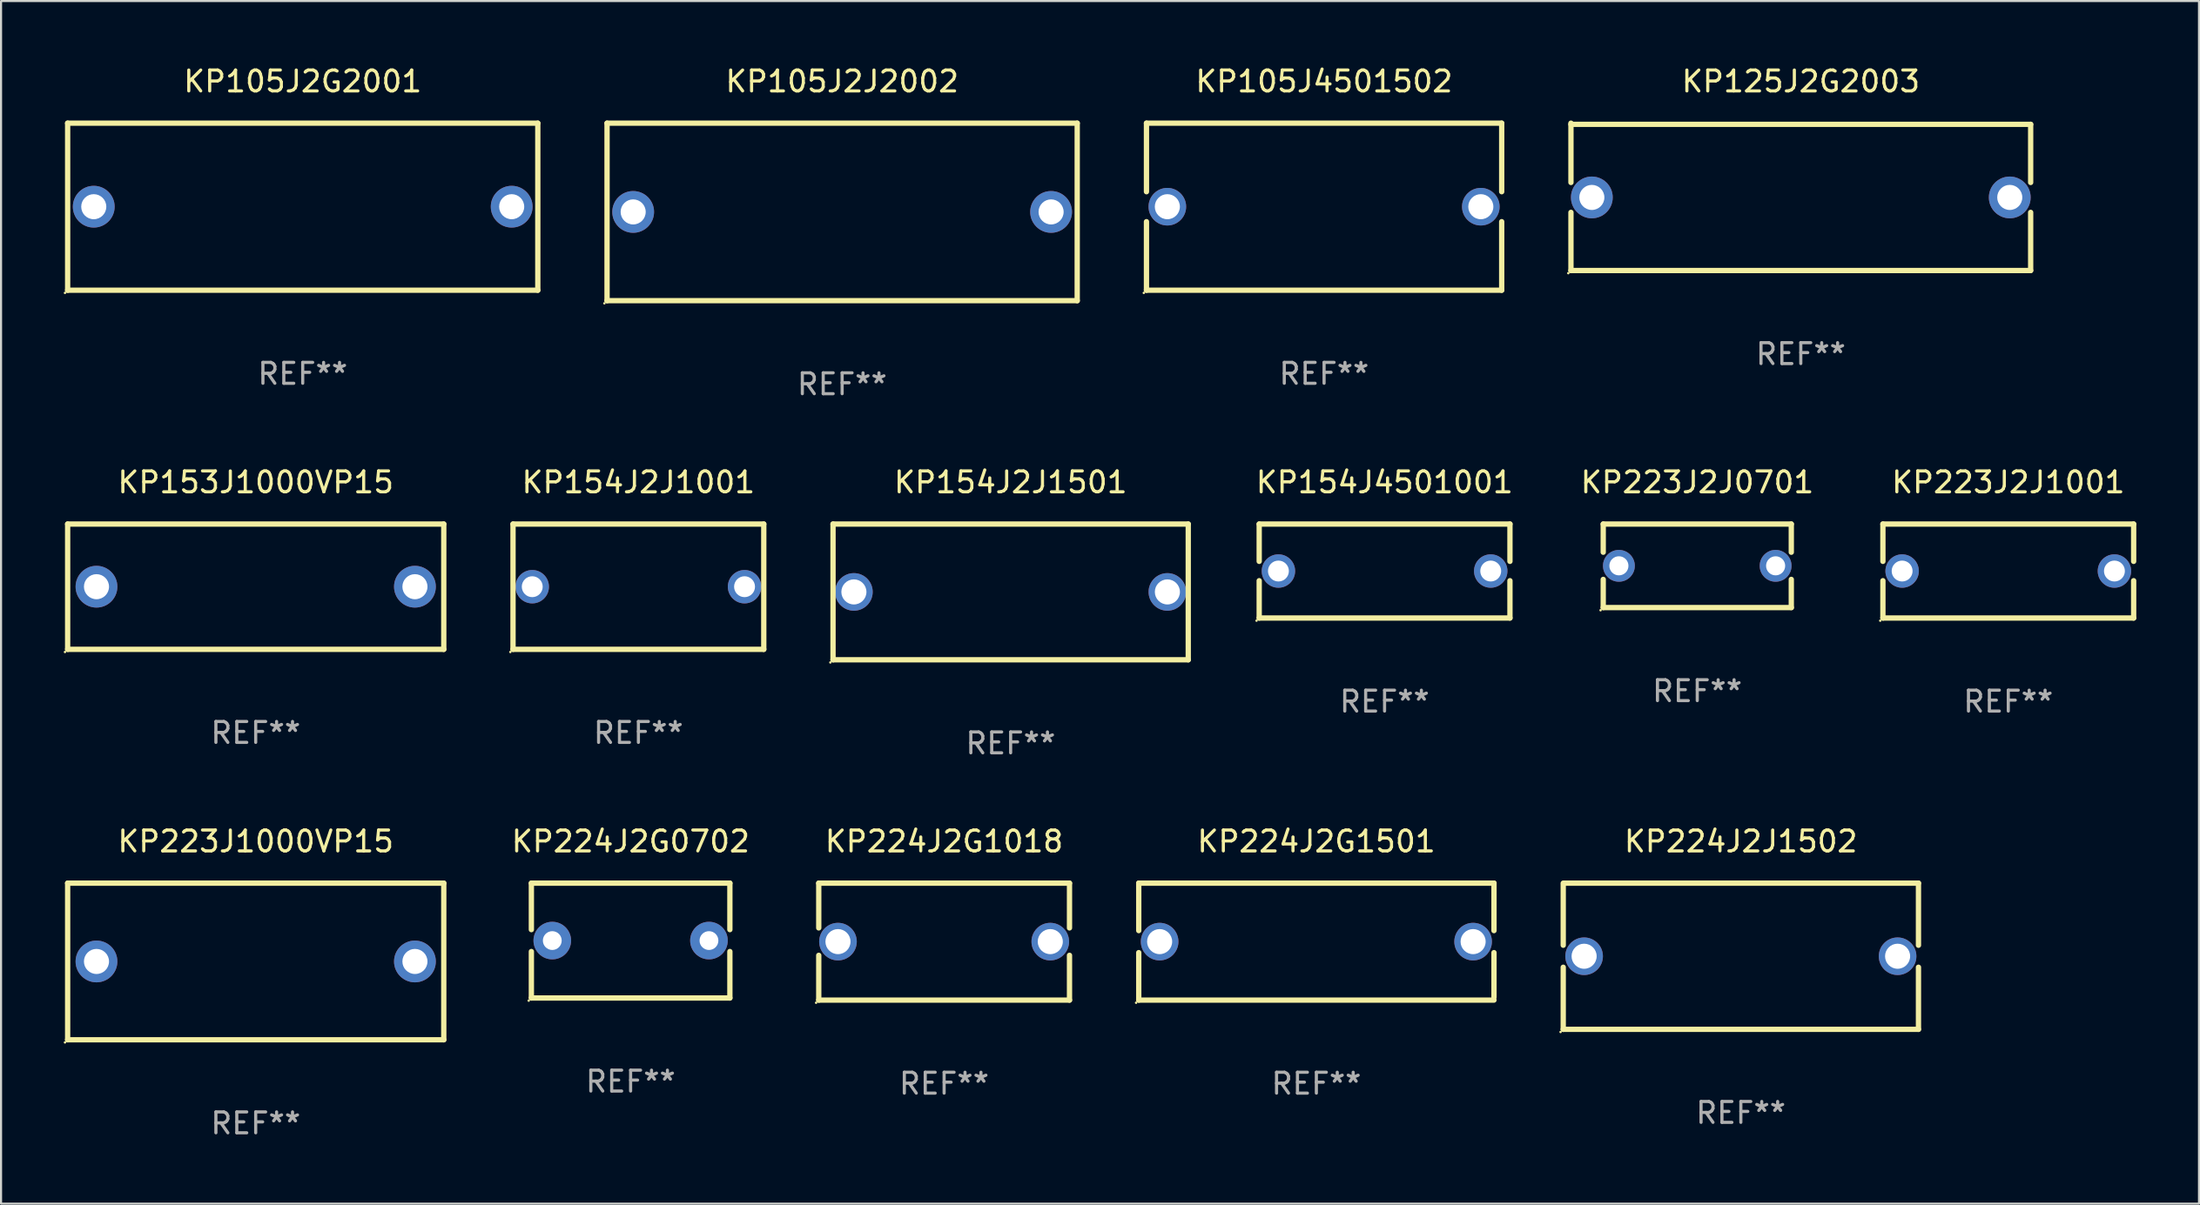
<source format=kicad_pcb>
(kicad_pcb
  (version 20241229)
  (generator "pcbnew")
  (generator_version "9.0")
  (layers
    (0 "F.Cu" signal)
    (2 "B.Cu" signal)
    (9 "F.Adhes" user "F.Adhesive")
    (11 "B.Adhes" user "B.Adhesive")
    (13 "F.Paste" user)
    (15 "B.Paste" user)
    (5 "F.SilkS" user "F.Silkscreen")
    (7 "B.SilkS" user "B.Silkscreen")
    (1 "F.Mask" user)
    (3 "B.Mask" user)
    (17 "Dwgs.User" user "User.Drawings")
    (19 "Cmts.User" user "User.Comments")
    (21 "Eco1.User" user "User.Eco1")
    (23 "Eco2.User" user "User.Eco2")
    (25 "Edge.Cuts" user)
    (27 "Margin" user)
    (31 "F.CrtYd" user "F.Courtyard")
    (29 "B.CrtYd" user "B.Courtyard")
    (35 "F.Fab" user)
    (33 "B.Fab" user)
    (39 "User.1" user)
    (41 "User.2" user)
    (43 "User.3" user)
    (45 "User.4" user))
  (footprint "KP154J2J1501"
    (layer "F.Cu")
    (at 45.315 25.295)
    (property "Reference" "KP154J2J1501" (at 0 -5.25 0) (layer "F.SilkS") (effects (font (size 1 1) (thickness 0.15))))
    (attr through_hole)
    (fp_line (start -8.5 -3.25) (end 8.5 -3.25) (stroke (width 0.254) (type solid)) (layer "F.SilkS"))
    (fp_line (start -8.5 3.25) (end -8.5 -3.25) (stroke (width 0.254) (type solid)) (layer "F.SilkS"))
    (fp_line (start 8.5 -3.25) (end 8.5 3.25) (stroke (width 0.254) (type solid)) (layer "F.SilkS"))
    (fp_line (start 8.5 3.25) (end -8.5 3.25) (stroke (width 0.254) (type solid)) (layer "F.SilkS"))
    (fp_circle (center -8.627 3.377) (end -8.597 3.377) (stroke (width 0.06) (type solid)) (fill no) (layer "F.SilkS"))
    (fp_text user "REF**" (at 0 7.25 0) (layer "F.Fab") (effects (font (size 1 1) (thickness 0.15))))
    (pad "1" thru_hole circle (at -7.501 0) (size 1.8 1.8) (drill 1.2) (layers "*.Cu" "*.Mask"))
    (pad "2" thru_hole circle (at 7.501 0) (size 1.8 1.8) (drill 1.2) (layers "*.Cu" "*.Mask")))
  (footprint "KP153J1000VP15"
    (layer "F.Cu")
    (at 9.187 25.045)
    (property "Reference" "KP153J1000VP15" (at 0 -5 0) (layer "F.SilkS") (effects (font (size 1 1) (thickness 0.15))))
    (attr through_hole)
    (fp_line (start -9 -3) (end 9 -3) (stroke (width 0.254) (type solid)) (layer "F.SilkS"))
    (fp_line (start -9 3) (end -9 -3) (stroke (width 0.254) (type solid)) (layer "F.SilkS"))
    (fp_line (start 9 -3) (end 9 3) (stroke (width 0.254) (type solid)) (layer "F.SilkS"))
    (fp_line (start 9 3) (end -9 3) (stroke (width 0.254) (type solid)) (layer "F.SilkS"))
    (fp_circle (center -9.127 3.127) (end -9.097 3.127) (stroke (width 0.06) (type solid)) (fill no) (layer "F.SilkS"))
    (fp_text user "REF**" (at 0 7 0) (layer "F.Fab") (effects (font (size 1 1) (thickness 0.15))))
    (pad "1" thru_hole circle (at -7.62 0) (size 2 2) (drill 1.2) (layers "*.Cu" "*.Mask"))
    (pad "2" thru_hole circle (at 7.62 0) (size 2 2) (drill 1.2) (layers "*.Cu" "*.Mask")))
  (footprint "KP105J2G2001"
    (layer "F.Cu")
    (at 11.437 6.848)
    (property "Reference" "KP105J2G2001" (at 0 -6 0) (layer "F.SilkS") (effects (font (size 1 1) (thickness 0.15))))
    (attr through_hole)
    (fp_line (start -11.25 -4) (end 11.25 -4) (stroke (width 0.254) (type solid)) (layer "F.SilkS"))
    (fp_line (start -11.25 4) (end -11.25 -4) (stroke (width 0.254) (type solid)) (layer "F.SilkS"))
    (fp_line (start 11.25 -4) (end 11.25 4) (stroke (width 0.254) (type solid)) (layer "F.SilkS"))
    (fp_line (start 11.25 4) (end -11.25 4) (stroke (width 0.254) (type solid)) (layer "F.SilkS"))
    (fp_circle (center -11.377 4.127) (end -11.347 4.127) (stroke (width 0.06) (type solid)) (fill no) (layer "F.SilkS"))
    (fp_text user "REF**" (at 0 8 0) (layer "F.Fab") (effects (font (size 1 1) (thickness 0.15))))
    (pad "1" thru_hole circle (at -10 0) (size 2 2) (drill 1.2) (layers "*.Cu" "*.Mask"))
    (pad "2" thru_hole circle (at 10 0) (size 2 2) (drill 1.2) (layers "*.Cu" "*.Mask")))
  (footprint "KP154J2J1001"
    (layer "F.Cu")
    (at 27.501 25.045)
    (property "Reference" "KP154J2J1001" (at 0 -5 0) (layer "F.SilkS") (effects (font (size 1 1) (thickness 0.15))))
    (attr through_hole)
    (fp_line (start -6 -3) (end 6 -3) (stroke (width 0.254) (type solid)) (layer "F.SilkS"))
    (fp_line (start -6 3) (end -6 -3) (stroke (width 0.254) (type solid)) (layer "F.SilkS"))
    (fp_line (start 6 -3) (end 6 3) (stroke (width 0.254) (type solid)) (layer "F.SilkS"))
    (fp_line (start 6 3) (end -6 3) (stroke (width 0.254) (type solid)) (layer "F.SilkS"))
    (fp_circle (center -6.127 3.127) (end -6.097 3.127) (stroke (width 0.06) (type solid)) (fill no) (layer "F.SilkS"))
    (fp_text user "REF**" (at 0 7 0) (layer "F.Fab") (effects (font (size 1 1) (thickness 0.15))))
    (pad "1" thru_hole circle (at -5.08 0) (size 1.6 1.6) (drill 1) (layers "*.Cu" "*.Mask"))
    (pad "2" thru_hole circle (at 5.08 0) (size 1.6 1.6) (drill 1) (layers "*.Cu" "*.Mask")))
  (footprint "KP224J2J1502"
    (layer "F.Cu")
    (at 80.26 42.741)
    (property "Reference" "KP224J2J1502" (at 0 -5.5 0) (layer "F.SilkS") (effects (font (size 1 1) (thickness 0.15))))
    (attr through_hole)
    (fp_line (start -8.5 -3.5) (end 8.5 -3.5) (stroke (width 0.254) (type solid)) (layer "F.SilkS"))
    (fp_line (start -8.5 -0.527) (end -8.5 -3.429) (stroke (width 0.254) (type solid)) (layer "F.SilkS"))
    (fp_line (start -8.5 3.5) (end -8.5 0.527) (stroke (width 0.254) (type solid)) (layer "F.SilkS"))
    (fp_line (start 8.5 -3.5) (end 8.5 -0.527) (stroke (width 0.254) (type solid)) (layer "F.SilkS"))
    (fp_line (start 8.5 0.527) (end 8.5 3.5) (stroke (width 0.254) (type solid)) (layer "F.SilkS"))
    (fp_line (start 8.5 3.5) (end -8.5 3.5) (stroke (width 0.254) (type solid)) (layer "F.SilkS"))
    (fp_circle (center -8.627 3.627) (end -8.597 3.627) (stroke (width 0.06) (type solid)) (fill no) (layer "F.SilkS"))
    (fp_text user "REF**" (at 0 7.5 0) (layer "F.Fab") (effects (font (size 1 1) (thickness 0.15))))
    (pad "1" thru_hole circle (at -7.501 0) (size 1.8 1.8) (drill 1.2) (layers "*.Cu" "*.Mask"))
    (pad "2" thru_hole circle (at 7.501 0) (size 1.8 1.8) (drill 1.2) (layers "*.Cu" "*.Mask")))
  (footprint "KP223J2J0701"
    (layer "F.Cu")
    (at 78.174 24.045)
    (property "Reference" "KP223J2J0701" (at 0 -4 0) (layer "F.SilkS") (effects (font (size 1 1) (thickness 0.15))))
    (attr through_hole)
    (fp_line (start -4.5 -2) (end -4.5 -0.65) (stroke (width 0.254) (type solid)) (layer "F.SilkS"))
    (fp_line (start -4.5 -2) (end 4.5 -2) (stroke (width 0.254) (type solid)) (layer "F.SilkS"))
    (fp_line (start -4.5 0.65) (end -4.5 2) (stroke (width 0.254) (type solid)) (layer "F.SilkS"))
    (fp_line (start -4.5 2) (end 4.5 2) (stroke (width 0.254) (type solid)) (layer "F.SilkS"))
    (fp_line (start 4.5 -2) (end 4.5 -0.65) (stroke (width 0.254) (type solid)) (layer "F.SilkS"))
    (fp_line (start 4.5 0.65) (end 4.5 2) (stroke (width 0.254) (type solid)) (layer "F.SilkS"))
    (fp_circle (center -4.627 2.127) (end -4.597 2.127) (stroke (width 0.06) (type solid)) (fill no) (layer "F.SilkS"))
    (fp_text user "REF**" (at 0 6 0) (layer "F.Fab") (effects (font (size 1 1) (thickness 0.15))))
    (pad "1" thru_hole circle (at -3.75 0) (size 1.524 1.524) (drill 0.914) (layers "*.Cu" "*.Mask"))
    (pad "2" thru_hole circle (at 3.75 0) (size 1.524 1.524) (drill 0.914) (layers "*.Cu" "*.Mask")))
  (footprint "KP223J2J1001"
    (layer "F.Cu")
    (at 93.058 24.295)
    (property "Reference" "KP223J2J1001" (at 0 -4.25 0) (layer "F.SilkS") (effects (font (size 1 1) (thickness 0.15))))
    (attr through_hole)
    (fp_line (start -6 -2.25) (end -6 -0.463) (stroke (width 0.254) (type solid)) (layer "F.SilkS"))
    (fp_line (start -6 -2.25) (end 6 -2.25) (stroke (width 0.254) (type solid)) (layer "F.SilkS"))
    (fp_line (start -6 0.463) (end -6 2.25) (stroke (width 0.254) (type solid)) (layer "F.SilkS"))
    (fp_line (start 6 -2.25) (end 6 -0.463) (stroke (width 0.254) (type solid)) (layer "F.SilkS"))
    (fp_line (start 6 0.463) (end 6 2.25) (stroke (width 0.254) (type solid)) (layer "F.SilkS"))
    (fp_line (start 6 2.25) (end -6 2.25) (stroke (width 0.254) (type solid)) (layer "F.SilkS"))
    (fp_circle (center -6.127 2.377) (end -6.097 2.377) (stroke (width 0.06) (type solid)) (fill no) (layer "F.SilkS"))
    (fp_text user "REF**" (at 0 6.25 0) (layer "F.Fab") (effects (font (size 1 1) (thickness 0.15))))
    (pad "1" thru_hole circle (at -5.08 0) (size 1.6 1.6) (drill 1) (layers "*.Cu" "*.Mask"))
    (pad "2" thru_hole circle (at 5.08 0) (size 1.6 1.6) (drill 1) (layers "*.Cu" "*.Mask")))
  (footprint "KP224J2G1018"
    (layer "F.Cu")
    (at 42.132 42.041)
    (property "Reference" "KP224J2G1018" (at 0 -4.8 0) (layer "F.SilkS") (effects (font (size 1 1) (thickness 0.15))))
    (attr through_hole)
    (fp_line (start -6 -2.8) (end -6 -0.656) (stroke (width 0.254) (type solid)) (layer "F.SilkS"))
    (fp_line (start -6 -2.8) (end 6 -2.8) (stroke (width 0.254) (type solid)) (layer "F.SilkS"))
    (fp_line (start -6 0.656) (end -6 2.8) (stroke (width 0.254) (type solid)) (layer "F.SilkS"))
    (fp_line (start 6 -2.8) (end 6 -0.656) (stroke (width 0.254) (type solid)) (layer "F.SilkS"))
    (fp_line (start 6 0.656) (end 6 2.8) (stroke (width 0.254) (type solid)) (layer "F.SilkS"))
    (fp_line (start 6 2.8) (end -6 2.8) (stroke (width 0.254) (type solid)) (layer "F.SilkS"))
    (fp_circle (center -6.127 2.927) (end -6.097 2.927) (stroke (width 0.06) (type solid)) (fill no) (layer "F.SilkS"))
    (fp_text user "REF**" (at 0 6.8 0) (layer "F.Fab") (effects (font (size 1 1) (thickness 0.15))))
    (pad "1" thru_hole circle (at -5.08 0) (size 1.8 1.8) (drill 1.2) (layers "*.Cu" "*.Mask"))
    (pad "2" thru_hole circle (at 5.08 0) (size 1.8 1.8) (drill 1.2) (layers "*.Cu" "*.Mask")))
  (footprint "KP224J2G0702"
    (layer "F.Cu")
    (at 27.129 41.991)
    (property "Reference" "KP224J2G0702" (at 0 -4.75 0) (layer "F.SilkS") (effects (font (size 1 1) (thickness 0.15))))
    (attr through_hole)
    (fp_line (start -4.75 -2.75) (end 4.75 -2.75) (stroke (width 0.254) (type solid)) (layer "F.SilkS"))
    (fp_line (start -4.75 -0.524) (end -4.75 -2.75) (stroke (width 0.254) (type solid)) (layer "F.SilkS"))
    (fp_line (start -4.75 2.75) (end -4.75 0.524) (stroke (width 0.254) (type solid)) (layer "F.SilkS"))
    (fp_line (start 4.75 -2.75) (end 4.75 -0.524) (stroke (width 0.254) (type solid)) (layer "F.SilkS"))
    (fp_line (start 4.75 0.524) (end 4.75 2.75) (stroke (width 0.254) (type solid)) (layer "F.SilkS"))
    (fp_line (start 4.75 2.75) (end -4.75 2.75) (stroke (width 0.254) (type solid)) (layer "F.SilkS"))
    (fp_circle (center -4.877 2.877) (end -4.847 2.877) (stroke (width 0.06) (type solid)) (fill no) (layer "F.SilkS"))
    (fp_text user "REF**" (at 0 6.75 0) (layer "F.Fab") (effects (font (size 1 1) (thickness 0.15))))
    (pad "1" thru_hole circle (at -3.749 0) (size 1.8 1.8) (drill 0.9) (layers "*.Cu" "*.Mask"))
    (pad "2" thru_hole circle (at 3.749 0) (size 1.8 1.8) (drill 0.9) (layers "*.Cu" "*.Mask")))
  (footprint "KP125J2G2003"
    (layer "F.Cu")
    (at 83.129 6.376)
    (property "Reference" "KP125J2G2003" (at 0 -5.528 0) (layer "F.SilkS") (effects (font (size 1 1) (thickness 0.15))))
    (attr through_hole)
    (fp_line (start -11 -3.472) (end 11 -3.472) (stroke (width 0.254) (type solid)) (layer "F.SilkS"))
    (fp_line (start -11 -0.688) (end -11 -3.528) (stroke (width 0.254) (type solid)) (layer "F.SilkS"))
    (fp_line (start -11 3.528) (end -11 0.744) (stroke (width 0.254) (type solid)) (layer "F.SilkS"))
    (fp_line (start 11 -3.472) (end 11 -0.688) (stroke (width 0.254) (type solid)) (layer "F.SilkS"))
    (fp_line (start 11 0.744) (end 11 3.528) (stroke (width 0.254) (type solid)) (layer "F.SilkS"))
    (fp_line (start 11 3.528) (end -11 3.528) (stroke (width 0.254) (type solid)) (layer "F.SilkS"))
    (fp_circle (center -11.127 3.655) (end -11.097 3.655) (stroke (width 0.06) (type solid)) (fill no) (layer "F.SilkS"))
    (fp_text user "REF**" (at 0 7.528 0) (layer "F.Fab") (effects (font (size 1 1) (thickness 0.15))))
    (pad "1" thru_hole circle (at -10 0.028) (size 2 2) (drill 1.2) (layers "*.Cu" "*.Mask"))
    (pad "2" thru_hole circle (at 10 0.028) (size 2 2) (drill 1.2) (layers "*.Cu" "*.Mask")))
  (footprint "KP224J2G1501"
    (layer "F.Cu")
    (at 59.946 42.041)
    (property "Reference" "KP224J2G1501" (at 0 -4.8 0) (layer "F.SilkS") (effects (font (size 1 1) (thickness 0.15))))
    (attr through_hole)
    (fp_line (start -8.5 -2.8) (end -8.5 -0.527) (stroke (width 0.254) (type solid)) (layer "F.SilkS"))
    (fp_line (start -8.5 -2.8) (end 8.5 -2.8) (stroke (width 0.254) (type solid)) (layer "F.SilkS"))
    (fp_line (start -8.5 0.527) (end -8.5 2.8) (stroke (width 0.254) (type solid)) (layer "F.SilkS"))
    (fp_line (start 8.5 -2.8) (end 8.5 -0.527) (stroke (width 0.254) (type solid)) (layer "F.SilkS"))
    (fp_line (start 8.5 0.527) (end 8.5 2.667) (stroke (width 0.254) (type solid)) (layer "F.SilkS"))
    (fp_line (start 8.5 2.8) (end -8.5 2.8) (stroke (width 0.254) (type solid)) (layer "F.SilkS"))
    (fp_circle (center -8.627 2.927) (end -8.597 2.927) (stroke (width 0.06) (type solid)) (fill no) (layer "F.SilkS"))
    (fp_text user "REF**" (at 0 6.8 0) (layer "F.Fab") (effects (font (size 1 1) (thickness 0.15))))
    (pad "1" thru_hole circle (at -7.501 0) (size 1.8 1.8) (drill 1.2) (layers "*.Cu" "*.Mask"))
    (pad "2" thru_hole circle (at 7.501 0) (size 1.8 1.8) (drill 1.2) (layers "*.Cu" "*.Mask")))
  (footprint "KP154J4501001"
    (layer "F.Cu")
    (at 63.21 24.295)
    (property "Reference" "KP154J4501001" (at 0 -4.25 0) (layer "F.SilkS") (effects (font (size 1 1) (thickness 0.15))))
    (attr through_hole)
    (fp_line (start -6 -2.25) (end -6 -0.463) (stroke (width 0.254) (type solid)) (layer "F.SilkS"))
    (fp_line (start -6 -2.25) (end 6 -2.25) (stroke (width 0.254) (type solid)) (layer "F.SilkS"))
    (fp_line (start -6 0.463) (end -6 2.25) (stroke (width 0.254) (type solid)) (layer "F.SilkS"))
    (fp_line (start 6 -2.25) (end 6 -0.463) (stroke (width 0.254) (type solid)) (layer "F.SilkS"))
    (fp_line (start 6 0.463) (end 6 2.25) (stroke (width 0.254) (type solid)) (layer "F.SilkS"))
    (fp_line (start 6 2.25) (end -6 2.25) (stroke (width 0.254) (type solid)) (layer "F.SilkS"))
    (fp_circle (center -6.127 2.377) (end -6.097 2.377) (stroke (width 0.06) (type solid)) (fill no) (layer "F.SilkS"))
    (fp_text user "REF**" (at 0 6.25 0) (layer "F.Fab") (effects (font (size 1 1) (thickness 0.15))))
    (pad "1" thru_hole circle (at -5.08 0) (size 1.6 1.6) (drill 1) (layers "*.Cu" "*.Mask"))
    (pad "2" thru_hole circle (at 5.08 0) (size 1.6 1.6) (drill 1) (layers "*.Cu" "*.Mask")))
  (footprint "KP223J1000VP15"
    (layer "F.Cu")
    (at 9.187 42.991)
    (property "Reference" "KP223J1000VP15" (at 0 -5.75 0) (layer "F.SilkS") (effects (font (size 1 1) (thickness 0.15))))
    (attr through_hole)
    (fp_line (start -9 -3.75) (end 9 -3.75) (stroke (width 0.254) (type solid)) (layer "F.SilkS"))
    (fp_line (start -9 3.75) (end -9 -3.75) (stroke (width 0.254) (type solid)) (layer "F.SilkS"))
    (fp_line (start 9 -3.75) (end 9 3.75) (stroke (width 0.254) (type solid)) (layer "F.SilkS"))
    (fp_line (start 9 3.75) (end -9 3.75) (stroke (width 0.254) (type solid)) (layer "F.SilkS"))
    (fp_circle (center -9.127 3.877) (end -9.097 3.877) (stroke (width 0.06) (type solid)) (fill no) (layer "F.SilkS"))
    (fp_text user "REF**" (at 0 7.75 0) (layer "F.Fab") (effects (font (size 1 1) (thickness 0.15))))
    (pad "1" thru_hole circle (at -7.62 0) (size 2 2) (drill 1.2) (layers "*.Cu" "*.Mask"))
    (pad "2" thru_hole circle (at 7.62 0) (size 2 2) (drill 1.2) (layers "*.Cu" "*.Mask")))
  (footprint "KP105J2J2002"
    (layer "F.Cu")
    (at 37.251 7.098)
    (property "Reference" "KP105J2J2002" (at 0 -6.25 0) (layer "F.SilkS") (effects (font (size 1 1) (thickness 0.15))))
    (attr through_hole)
    (fp_line (start -11.25 -4.25) (end 11.25 -4.25) (stroke (width 0.254) (type solid)) (layer "F.SilkS"))
    (fp_line (start -11.25 4.25) (end -11.25 -4.25) (stroke (width 0.254) (type solid)) (layer "F.SilkS"))
    (fp_line (start 11.25 -4.25) (end 11.25 4.25) (stroke (width 0.254) (type solid)) (layer "F.SilkS"))
    (fp_line (start 11.25 4.25) (end -11.25 4.25) (stroke (width 0.254) (type solid)) (layer "F.SilkS"))
    (fp_circle (center -11.377 4.377) (end -11.347 4.377) (stroke (width 0.06) (type solid)) (fill no) (layer "F.SilkS"))
    (fp_text user "REF**" (at 0 8.25 0) (layer "F.Fab") (effects (font (size 1 1) (thickness 0.15))))
    (pad "1" thru_hole circle (at -10 0) (size 2 2) (drill 1.2) (layers "*.Cu" "*.Mask"))
    (pad "2" thru_hole circle (at 10 0) (size 2 2) (drill 1.2) (layers "*.Cu" "*.Mask")))
  (footprint "KP105J4501502"
    (layer "F.Cu")
    (at 60.315 6.848)
    (property "Reference" "KP105J4501502" (at 0 -6 0) (layer "F.SilkS") (effects (font (size 1 1) (thickness 0.15))))
    (attr through_hole)
    (fp_line (start -8.5 -4) (end 8.5 -4) (stroke (width 0.254) (type solid)) (layer "F.SilkS"))
    (fp_line (start -8.5 -0.717) (end -8.5 -4) (stroke (width 0.254) (type solid)) (layer "F.SilkS"))
    (fp_line (start -8.5 4) (end -8.5 0.717) (stroke (width 0.254) (type solid)) (layer "F.SilkS"))
    (fp_line (start 8.5 -4) (end 8.5 -0.717) (stroke (width 0.254) (type solid)) (layer "F.SilkS"))
    (fp_line (start 8.5 0.717) (end 8.5 4) (stroke (width 0.254) (type solid)) (layer "F.SilkS"))
    (fp_line (start 8.5 4) (end -8.5 4) (stroke (width 0.254) (type solid)) (layer "F.SilkS"))
    (fp_circle (center -8.627 4.127) (end -8.597 4.127) (stroke (width 0.06) (type solid)) (fill no) (layer "F.SilkS"))
    (fp_text user "REF**" (at 0 8 0) (layer "F.Fab") (effects (font (size 1 1) (thickness 0.15))))
    (pad "1" thru_hole circle (at -7.501 0) (size 1.8 1.8) (drill 1.2) (layers "*.Cu" "*.Mask"))
    (pad "2" thru_hole circle (at 7.501 0) (size 1.8 1.8) (drill 1.2) (layers "*.Cu" "*.Mask")))
  (gr_rect
    (start -3 -3)
    (end 102.185 54.59)
    (stroke (width 0.1) (type default))
    (fill no)
    (layer "Edge.Cuts")))
</source>
